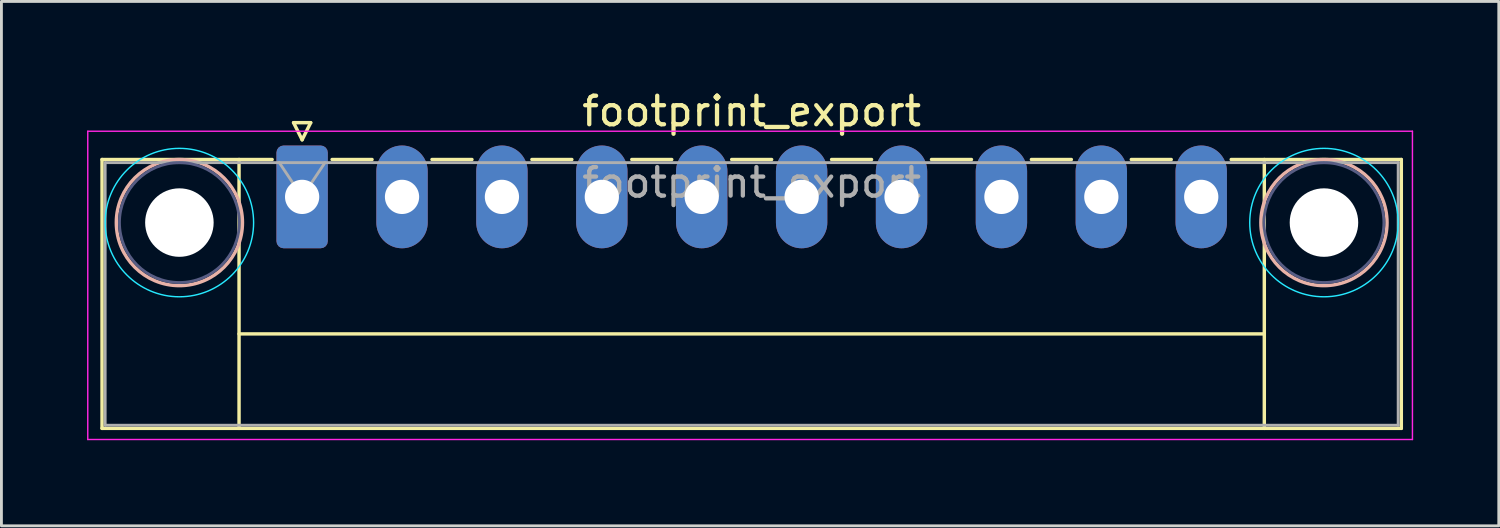
<source format=kicad_pcb>
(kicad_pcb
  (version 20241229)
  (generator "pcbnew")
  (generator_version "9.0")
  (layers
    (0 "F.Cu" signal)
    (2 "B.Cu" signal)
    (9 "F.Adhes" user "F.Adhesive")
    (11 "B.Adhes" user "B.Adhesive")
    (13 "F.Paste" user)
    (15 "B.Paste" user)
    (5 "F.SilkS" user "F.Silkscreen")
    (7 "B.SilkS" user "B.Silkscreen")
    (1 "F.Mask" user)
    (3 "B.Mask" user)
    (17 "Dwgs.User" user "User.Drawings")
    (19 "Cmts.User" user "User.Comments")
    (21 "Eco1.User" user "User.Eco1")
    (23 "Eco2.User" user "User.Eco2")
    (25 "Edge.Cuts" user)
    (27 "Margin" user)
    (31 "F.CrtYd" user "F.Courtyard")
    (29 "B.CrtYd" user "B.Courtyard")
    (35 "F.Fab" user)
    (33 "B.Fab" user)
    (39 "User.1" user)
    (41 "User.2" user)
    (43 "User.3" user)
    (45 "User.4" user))
  (footprint "footprint_export"
    (layer "F.Cu")
    (at 7.535 3.848)
    (property "Reference" "footprint_export" (at 15.75 -3 0) (layer "F.SilkS") (effects (font (size 1 1) (thickness 0.15))))
    (attr through_hole)
    (fp_line (start -7.01 -1.31) (end -7.01 8.11) (stroke (width 0.12) (type solid)) (layer "F.SilkS"))
    (fp_line (start -7.01 -1.31) (end -1.05 -1.31) (stroke (width 0.12) (type solid)) (layer "F.SilkS"))
    (fp_line (start -7.01 8.11) (end 38.51 8.11) (stroke (width 0.12) (type solid)) (layer "F.SilkS"))
    (fp_line (start -2.21 -1.31) (end -2.21 8.11) (stroke (width 0.12) (type solid)) (layer "F.SilkS"))
    (fp_line (start -2.21 4.8) (end 33.71 4.8) (stroke (width 0.12) (type solid)) (layer "F.SilkS"))
    (fp_line (start -0.3 -2.6) (end 0.3 -2.6) (stroke (width 0.12) (type solid)) (layer "F.SilkS"))
    (fp_line (start 0 -2) (end -0.3 -2.6) (stroke (width 0.12) (type solid)) (layer "F.SilkS"))
    (fp_line (start 0.3 -2.6) (end 0 -2) (stroke (width 0.12) (type solid)) (layer "F.SilkS"))
    (fp_line (start 1.05 -1.31) (end 2.45 -1.31) (stroke (width 0.12) (type solid)) (layer "F.SilkS"))
    (fp_line (start 4.55 -1.31) (end 5.95 -1.31) (stroke (width 0.12) (type solid)) (layer "F.SilkS"))
    (fp_line (start 8.05 -1.31) (end 9.45 -1.31) (stroke (width 0.12) (type solid)) (layer "F.SilkS"))
    (fp_line (start 11.55 -1.31) (end 12.95 -1.31) (stroke (width 0.12) (type solid)) (layer "F.SilkS"))
    (fp_line (start 15.05 -1.31) (end 16.45 -1.31) (stroke (width 0.12) (type solid)) (layer "F.SilkS"))
    (fp_line (start 18.55 -1.31) (end 19.95 -1.31) (stroke (width 0.12) (type solid)) (layer "F.SilkS"))
    (fp_line (start 22.05 -1.31) (end 23.45 -1.31) (stroke (width 0.12) (type solid)) (layer "F.SilkS"))
    (fp_line (start 25.55 -1.31) (end 26.95 -1.31) (stroke (width 0.12) (type solid)) (layer "F.SilkS"))
    (fp_line (start 29.05 -1.31) (end 30.45 -1.31) (stroke (width 0.12) (type solid)) (layer "F.SilkS"))
    (fp_line (start 33.71 -1.31) (end 33.71 8.11) (stroke (width 0.12) (type solid)) (layer "F.SilkS"))
    (fp_line (start 38.51 -1.31) (end 32.55 -1.31) (stroke (width 0.12) (type solid)) (layer "F.SilkS"))
    (fp_line (start 38.51 8.11) (end 38.51 -1.31) (stroke (width 0.12) (type solid)) (layer "F.SilkS"))
    (fp_circle (center -4.3 0.9) (end -2.09 0.9) (stroke (width 0.12) (type solid)) (fill no) (layer "B.SilkS"))
    (fp_circle (center 35.8 0.9) (end 38.01 0.9) (stroke (width 0.12) (type solid)) (fill no) (layer "B.SilkS"))
    (fp_circle (center -4.3 0.9) (end -1.7 0.9) (stroke (width 0.05) (type solid)) (fill no) (layer "B.CrtYd"))
    (fp_circle (center 35.8 0.9) (end 38.4 0.9) (stroke (width 0.05) (type solid)) (fill no) (layer "B.CrtYd"))
    (fp_line (start -7.51 -2.3) (end -7.51 8.5) (stroke (width 0.05) (type solid)) (layer "F.CrtYd"))
    (fp_line (start -7.51 8.5) (end 38.9 8.5) (stroke (width 0.05) (type solid)) (layer "F.CrtYd"))
    (fp_line (start 38.9 -2.3) (end -7.51 -2.3) (stroke (width 0.05) (type solid)) (layer "F.CrtYd"))
    (fp_line (start 38.9 8.5) (end 38.9 -2.3) (stroke (width 0.05) (type solid)) (layer "F.CrtYd"))
    (fp_circle (center -4.3 0.9) (end -2.2 0.9) (stroke (width 0.1) (type solid)) (fill no) (layer "B.Fab"))
    (fp_circle (center 35.8 0.9) (end 37.9 0.9) (stroke (width 0.1) (type solid)) (fill no) (layer "B.Fab"))
    (fp_line (start -6.9 -1.2) (end -6.9 8) (stroke (width 0.1) (type solid)) (layer "F.Fab"))
    (fp_line (start -6.9 8) (end 38.4 8) (stroke (width 0.1) (type solid)) (layer "F.Fab"))
    (fp_line (start 0 0) (end -0.8 -1.2) (stroke (width 0.1) (type solid)) (layer "F.Fab"))
    (fp_line (start 0.8 -1.2) (end 0 0) (stroke (width 0.1) (type solid)) (layer "F.Fab"))
    (fp_line (start 38.4 -1.2) (end -6.9 -1.2) (stroke (width 0.1) (type solid)) (layer "F.Fab"))
    (fp_line (start 38.4 8) (end 38.4 -1.2) (stroke (width 0.1) (type solid)) (layer "F.Fab"))
    (fp_text user "${REFERENCE}" (at 15.75 -0.5 0) (layer "F.Fab") (effects (font (size 1 1) (thickness 0.15))))
    (pad "" np_thru_hole circle (at -4.3 0.9) (size 2.4 2.4) (drill 2.4) (layers "*.Cu" "*.Mask"))
    (pad "" np_thru_hole circle (at 35.8 0.9) (size 2.4 2.4) (drill 2.4) (layers "*.Cu" "*.Mask"))
    (pad "1" thru_hole roundrect (at 0 0) (size 1.8 3.6) (drill 1.2) (layers "*.Cu" "*.Mask") (roundrect_rratio 0.139))
    (pad "2" thru_hole oval (at 3.5 0) (size 1.8 3.6) (drill 1.2) (layers "*.Cu" "*.Mask"))
    (pad "3" thru_hole oval (at 7 0) (size 1.8 3.6) (drill 1.2) (layers "*.Cu" "*.Mask"))
    (pad "4" thru_hole oval (at 10.5 0) (size 1.8 3.6) (drill 1.2) (layers "*.Cu" "*.Mask"))
    (pad "5" thru_hole oval (at 14 0) (size 1.8 3.6) (drill 1.2) (layers "*.Cu" "*.Mask"))
    (pad "6" thru_hole oval (at 17.5 0) (size 1.8 3.6) (drill 1.2) (layers "*.Cu" "*.Mask"))
    (pad "7" thru_hole oval (at 21 0) (size 1.8 3.6) (drill 1.2) (layers "*.Cu" "*.Mask"))
    (pad "8" thru_hole oval (at 24.5 0) (size 1.8 3.6) (drill 1.2) (layers "*.Cu" "*.Mask"))
    (pad "9" thru_hole oval (at 28 0) (size 1.8 3.6) (drill 1.2) (layers "*.Cu" "*.Mask"))
    (pad "10" thru_hole oval (at 31.5 0) (size 1.8 3.6) (drill 1.2) (layers "*.Cu" "*.Mask")))
  (gr_rect
    (start -3 -3)
    (end 49.46 15.373)
    (stroke (width 0.1) (type default))
    (fill no)
    (layer "Edge.Cuts")))
</source>
